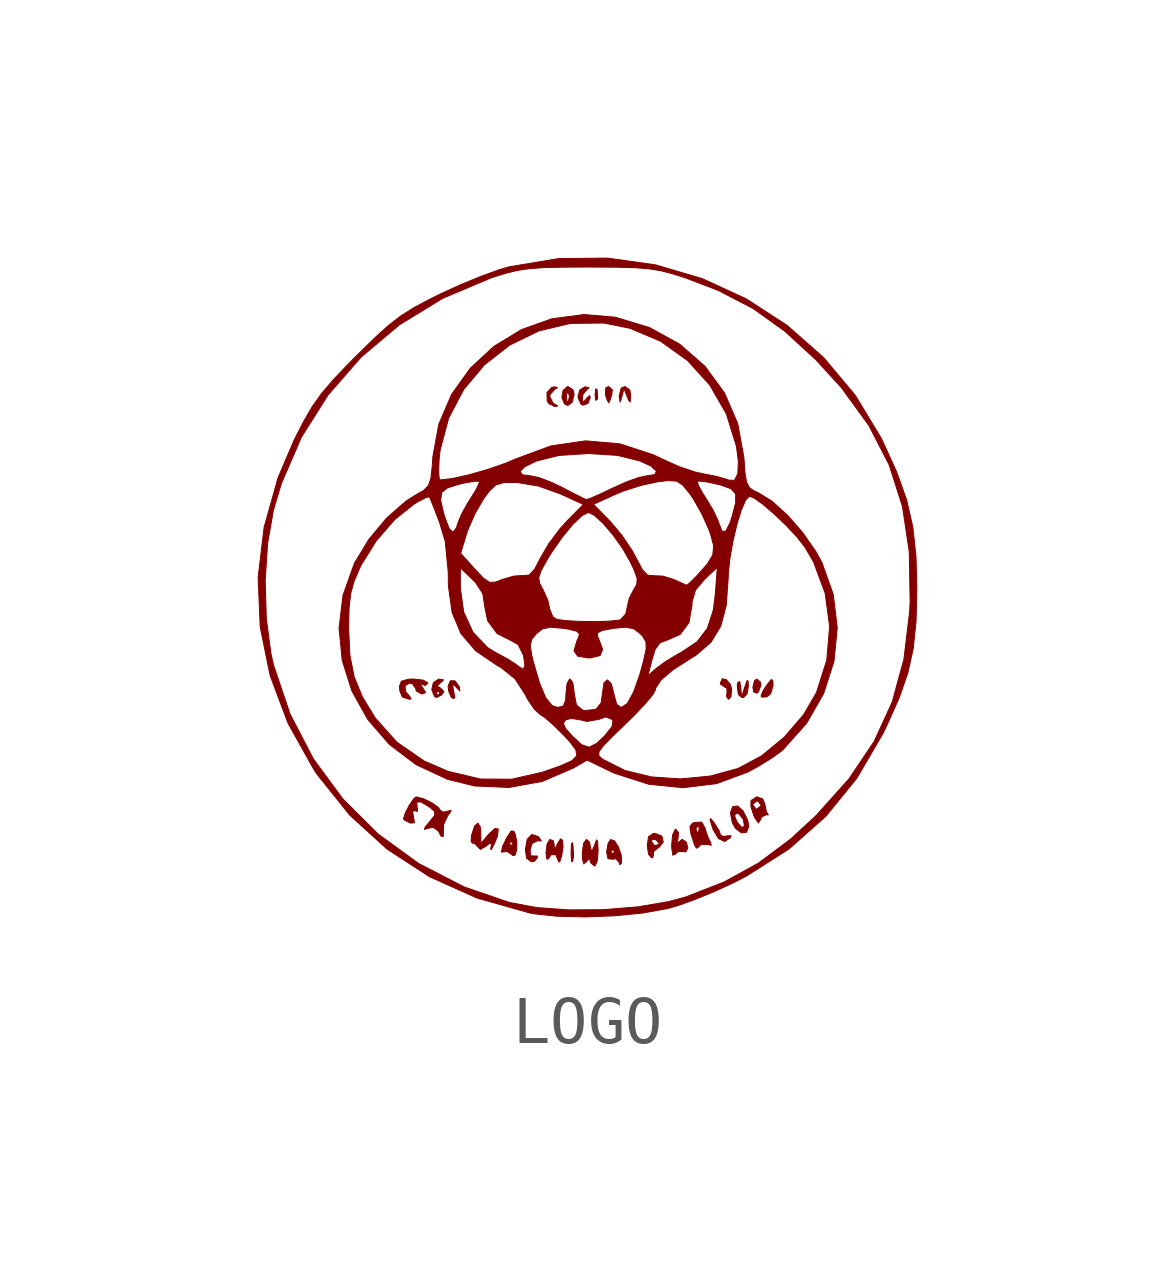
<source format=kicad_sym>
(kicad_symbol_lib
  (version 20220914)
  (generator "bitmap2component")
  (generator_version "8.0")
  (symbol "LOGO"
    (pin_names
      (offset 1.016))
    (property "Reference" "#G"
      (at 0 8.848 0)
      (effects (font (size 1.27 1.27)) hide))
    (symbol "LOGO_0_0"
      (polyline (pts (xy 0.589 -6.882) (xy 1.181 -6.823) (xy 1.693 -6.731) (xy 1.876 -6.68) (xy 2.252 -6.546) (xy 2.678 -6.372) (xy 3.09 -6.181) (xy 3.336 -6.054) (xy 4.226 -5.487) (xy 4.99 -4.81) (xy 5.637 -4.015) (xy 6.178 -3.09) (xy 6.257 -2.928) (xy 6.52 -2.34) (xy 6.701 -1.819) (xy 6.814 -1.307) (xy 6.872 -0.748) (xy 6.889 -0.085) (xy 6.871 0.604) (xy 6.805 1.217) (xy 6.676 1.783) (xy 6.47 2.362) (xy 6.174 3.013) (xy 6.144 3.074) (xy 5.606 3.964) (xy 4.948 4.749) (xy 4.186 5.421) (xy 3.337 5.973) (xy 2.419 6.396) (xy 1.448 6.683) (xy 0.441 6.825) (xy -0.583 6.814) (xy -1.609 6.643) (xy -1.818 6.581) (xy -2.199 6.443) (xy -2.628 6.266) (xy -3.048 6.074) (xy -3.25 5.974) (xy -3.586 5.796) (xy -3.865 5.62) (xy -4.13 5.415) (xy -4.423 5.148) (xy -4.789 4.789) (xy -4.954 4.623) (xy -5.273 4.289) (xy -5.513 4.008) (xy -5.707 3.736) (xy -5.886 3.428) (xy -6.084 3.043) (xy -6.424 2.247) (xy -6.715 1.211) (xy -6.839 0.172) (xy -6.836 0.104) (xy -6.692 0.104) (xy -6.642 0.88) (xy -6.52 1.574) (xy -6.356 2.126) (xy -5.938 3.093) (xy -5.381 3.974) (xy -4.697 4.758) (xy -3.897 5.433) (xy -2.991 5.988) (xy -1.99 6.41) (xy -1.928 6.431) (xy -1.667 6.512) (xy -1.43 6.569) (xy -1.18 6.606) (xy -0.877 6.627) (xy -0.482 6.636) (xy 0.042 6.639) (xy 0.165 6.638) (xy 0.659 6.635) (xy 1.031 6.624) (xy 1.32 6.6) (xy 1.564 6.559) (xy 1.802 6.497) (xy 2.074 6.41) (xy 2.754 6.149) (xy 3.473 5.776) (xy 4.131 5.306) (xy 4.784 4.708) (xy 5.317 4.124) (xy 5.89 3.335) (xy 6.311 2.518) (xy 6.589 1.649) (xy 6.731 0.705) (xy 6.749 -0.339) (xy 6.739 -0.54) (xy 6.62 -1.531) (xy 6.376 -2.426) (xy 5.998 -3.25) (xy 5.473 -4.03) (xy 4.79 -4.792) (xy 4.255 -5.286) (xy 3.584 -5.786) (xy 2.873 -6.177) (xy 2.074 -6.489) (xy 1.718 -6.586) (xy 1.071 -6.696) (xy 0.359 -6.754) (xy -0.362 -6.759) (xy -1.036 -6.71) (xy -1.607 -6.603) (xy -2.545 -6.281) (xy -3.49 -5.795) (xy -4.336 -5.181) (xy -5.072 -4.449) (xy -5.689 -3.612) (xy -6.174 -2.678) (xy -6.518 -1.659) (xy -6.573 -1.414) (xy -6.669 -0.683) (xy -6.692 0.104) (xy -6.836 0.104) (xy -6.796 -0.86) (xy -6.588 -1.878) (xy -6.214 -2.873) (xy -5.676 -3.835) (xy -5.603 -3.943) (xy -4.93 -4.783) (xy -4.152 -5.492) (xy -3.268 -6.067) (xy -2.279 -6.511) (xy -1.185 -6.821) (xy -1.093 -6.839) (xy -0.606 -6.891) (xy -0.026 -6.905) (xy 0.589 -6.882)) (stroke (width 0.01) (type default)) (fill (type outline)))
      (polyline (pts (xy -0.513 -5.63) (xy -0.485 -5.449) (xy -0.494 -5.311) (xy -0.537 -5.278) (xy -0.601 -5.382) (xy -0.625 -5.44) (xy -0.66 -5.494) (xy -0.671 -5.393) (xy -0.69 -5.315) (xy -0.762 -5.292) (xy -0.817 -5.385) (xy -0.84 -5.572) (xy -0.84 -5.572) (xy -0.823 -5.702) (xy -0.791 -5.694) (xy -0.735 -5.612) (xy -0.638 -5.606) (xy -0.583 -5.736) (xy -0.581 -5.752) (xy -0.555 -5.761) (xy -0.513 -5.63)) (stroke (width 0.01) (type default)) (fill (type outline)))
      (polyline (pts (xy -0.281 -5.737) (xy -0.265 -5.619) (xy -0.279 -5.399) (xy -0.29 -5.357) (xy -0.309 -5.382) (xy -0.317 -5.546) (xy -0.316 -5.635) (xy -0.303 -5.757) (xy -0.281 -5.737)) (stroke (width 0.01) (type default)) (fill (type outline)))
      (polyline (pts (xy 0.185 -5.837) (xy 0.231 -5.729) (xy 0.246 -5.524) (xy 0.245 -5.497) (xy 0.235 -5.322) (xy 0.213 -5.301) (xy 0.169 -5.419) (xy 0.167 -5.426) (xy 0.117 -5.536) (xy 0.093 -5.487) (xy 0.067 -5.346) (xy 0.006 -5.29) (xy -0.056 -5.367) (xy -0.083 -5.562) (xy -0.079 -5.697) (xy -0.054 -5.799) (xy 0 -5.757) (xy 0.054 -5.692) (xy 0.083 -5.736) (xy 0.09 -5.775) (xy 0.169 -5.842) (xy 0.185 -5.837)) (stroke (width 0.01) (type default)) (fill (type outline)))
      (polyline (pts (xy 0.729 -5.791) (xy 0.734 -5.776) (xy 0.73 -5.627) (xy 0.672 -5.454) (xy 0.589 -5.321) (xy 0.508 -5.292) (xy 0.455 -5.37) (xy 0.424 -5.546) (xy 0.508 -5.546) (xy 0.55 -5.503) (xy 0.593 -5.546) (xy 0.55 -5.588) (xy 0.508 -5.546) (xy 0.424 -5.546) (xy 0.423 -5.548) (xy 0.452 -5.692) (xy 0.55 -5.703) (xy 0.618 -5.693) (xy 0.684 -5.769) (xy 0.693 -5.817) (xy 0.729 -5.791)) (stroke (width 0.01) (type default)) (fill (type outline)))
      (polyline (pts (xy -1.085 -5.747) (xy -1.016 -5.668) (xy -1.025 -5.635) (xy -1.108 -5.635) (xy -1.165 -5.631) (xy -1.169 -5.492) (xy -1.125 -5.368) (xy -1.014 -5.319) (xy -0.938 -5.321) (xy -0.987 -5.246) (xy -1.005 -5.229) (xy -1.135 -5.187) (xy -1.232 -5.288) (xy -1.27 -5.508) (xy -1.244 -5.682) (xy -1.143 -5.757) (xy -1.085 -5.747)) (stroke (width 0.01) (type default)) (fill (type outline)))
      (polyline (pts (xy -1.484 -5.618) (xy -1.451 -5.506) (xy -1.447 -5.342) (xy -1.481 -5.18) (xy -1.51 -5.119) (xy -1.565 -5.114) (xy -1.654 -5.249) (xy -1.716 -5.376) (xy -1.609 -5.376) (xy -1.566 -5.334) (xy -1.524 -5.376) (xy -1.566 -5.419) (xy -1.609 -5.376) (xy -1.716 -5.376) (xy -1.745 -5.436) (xy -1.769 -5.554) (xy -1.699 -5.549) (xy -1.655 -5.539) (xy -1.551 -5.608) (xy -1.537 -5.625) (xy -1.484 -5.618)) (stroke (width 0.01) (type default)) (fill (type outline)))
      (polyline (pts (xy 1.387 -5.668) (xy 1.403 -5.597) (xy 1.396 -5.552) (xy 1.482 -5.473) (xy 1.514 -5.458) (xy 1.603 -5.344) (xy 1.575 -5.222) (xy 1.439 -5.165) (xy 1.396 -5.167) (xy 1.297 -5.233) (xy 1.283 -5.329) (xy 1.355 -5.329) (xy 1.361 -5.298) (xy 1.439 -5.292) (xy 1.465 -5.309) (xy 1.524 -5.381) (xy 1.522 -5.39) (xy 1.439 -5.419) (xy 1.416 -5.415) (xy 1.355 -5.329) (xy 1.283 -5.329) (xy 1.27 -5.419) (xy 1.27 -5.422) (xy 1.297 -5.599) (xy 1.36 -5.673) (xy 1.387 -5.668)) (stroke (width 0.01) (type default)) (fill (type outline)))
      (polyline (pts (xy 1.855 -5.598) (xy 1.904 -5.548) (xy 2.023 -5.54) (xy 2.071 -5.552) (xy 2.117 -5.471) (xy 2.084 -5.346) (xy 1.998 -5.288) (xy 1.913 -5.355) (xy 1.893 -5.377) (xy 1.911 -5.271) (xy 1.922 -5.149) (xy 1.868 -5.08) (xy 1.852 -5.085) (xy 1.8 -5.193) (xy 1.779 -5.397) (xy 1.781 -5.475) (xy 1.804 -5.619) (xy 1.855 -5.598)) (stroke (width 0.01) (type default)) (fill (type outline)))
      (polyline (pts (xy -1.914 -5.376) (xy -1.851 -5.217) (xy -1.834 -5.076) (xy -1.899 -5.059) (xy -2.035 -5.184) (xy -2.196 -5.376) (xy -2.199 -5.138) (xy -2.208 -5.035) (xy -2.258 -4.951) (xy -2.328 -5.01) (xy -2.391 -5.203) (xy -2.401 -5.335) (xy -2.366 -5.373) (xy -2.335 -5.366) (xy -2.265 -5.439) (xy -2.264 -5.442) (xy -2.206 -5.499) (xy -2.086 -5.428) (xy -2.035 -5.387) (xy -1.97 -5.362) (xy -1.989 -5.47) (xy -1.995 -5.495) (xy -1.981 -5.502) (xy -1.914 -5.376)) (stroke (width 0.01) (type default)) (fill (type outline)))
      (polyline (pts (xy 2.344 -5.445) (xy 2.384 -5.399) (xy 2.517 -5.396) (xy 2.605 -5.411) (xy 2.578 -5.327) (xy 2.544 -5.266) (xy 2.485 -5.093) (xy 2.479 -5.061) (xy 2.404 -4.928) (xy 2.249 -4.939) (xy 2.209 -4.957) (xy 2.16 -5.022) (xy 2.167 -5.08) (xy 2.286 -5.08) (xy 2.292 -5.035) (xy 2.342 -5.024) (xy 2.353 -5.036) (xy 2.342 -5.136) (xy 2.317 -5.15) (xy 2.286 -5.08) (xy 2.167 -5.08) (xy 2.175 -5.154) (xy 2.253 -5.397) (xy 2.294 -5.473) (xy 2.344 -5.445)) (stroke (width 0.01) (type default)) (fill (type outline)))
      (polyline (pts (xy 3.005 -5.25) (xy 3.013 -5.211) (xy 2.925 -5.217) (xy 2.857 -5.232) (xy 2.794 -5.19) (xy 2.766 -5.105) (xy 2.668 -4.948) (xy 2.666 -4.945) (xy 2.589 -4.854) (xy 2.58 -4.886) (xy 2.634 -5.059) (xy 2.643 -5.083) (xy 2.755 -5.273) (xy 2.887 -5.335) (xy 3.005 -5.25)) (stroke (width 0.01) (type default)) (fill (type outline)))
      (polyline (pts (xy -2.979 -5.093) (xy -2.973 -4.979) (xy -2.888 -4.795) (xy -2.85 -4.748) (xy -2.817 -4.683) (xy -2.909 -4.706) (xy -2.985 -4.722) (xy -3.048 -4.679) (xy -3.08 -4.627) (xy -3.217 -4.528) (xy -3.396 -4.441) (xy -3.546 -4.403) (xy -3.594 -4.44) (xy -3.687 -4.575) (xy -3.772 -4.74) (xy -3.81 -4.863) (xy -3.792 -4.885) (xy -3.677 -4.943) (xy -3.66 -4.95) (xy -3.582 -4.943) (xy -3.602 -4.815) (xy -3.623 -4.701) (xy -3.566 -4.693) (xy -3.518 -4.706) (xy -3.524 -4.619) (xy -3.535 -4.514) (xy -3.447 -4.506) (xy -3.267 -4.616) (xy -3.163 -4.704) (xy -3.158 -4.787) (xy -3.267 -4.924) (xy -3.357 -5.03) (xy -3.373 -5.08) (xy -3.278 -5.053) (xy -3.184 -5.039) (xy -3.078 -5.124) (xy -3.031 -5.217) (xy -2.979 -5.232) (xy -2.979 -5.093)) (stroke (width 0.01) (type default)) (fill (type outline)))
      (polyline (pts (xy 3.339 -5.141) (xy 3.387 -5.011) (xy 3.362 -4.887) (xy 3.265 -4.694) (xy 3.154 -4.594) (xy 3.051 -4.607) (xy 3.004 -4.732) (xy 3.015 -4.793) (xy 3.087 -4.793) (xy 3.132 -4.741) (xy 3.182 -4.758) (xy 3.273 -4.872) (xy 3.296 -5.018) (xy 3.236 -5.039) (xy 3.137 -4.918) (xy 3.087 -4.793) (xy 3.015 -4.793) (xy 3.043 -4.939) (xy 3.107 -5.057) (xy 3.23 -5.153) (xy 3.339 -5.141)) (stroke (width 0.01) (type default)) (fill (type outline)))
      (polyline (pts (xy 3.625 -4.889) (xy 3.653 -4.822) (xy 3.752 -4.774) (xy 3.788 -4.781) (xy 3.789 -4.763) (xy 3.754 -4.717) (xy 3.725 -4.565) (xy 3.678 -4.446) (xy 3.553 -4.402) (xy 3.433 -4.481) (xy 3.431 -4.572) (xy 3.471 -4.572) (xy 3.474 -4.552) (xy 3.556 -4.487) (xy 3.576 -4.49) (xy 3.641 -4.572) (xy 3.638 -4.592) (xy 3.556 -4.657) (xy 3.536 -4.654) (xy 3.471 -4.572) (xy 3.431 -4.572) (xy 3.43 -4.604) (xy 3.491 -4.793) (xy 3.518 -4.849) (xy 3.587 -4.946) (xy 3.625 -4.889)) (stroke (width 0.01) (type default)) (fill (type outline)))
      (polyline (pts (xy 2.711 -4.128) (xy 3.365 -3.887) (xy 3.596 -3.761) (xy 3.878 -3.586) (xy 4.078 -3.439) (xy 4.099 -3.419) (xy 4.591 -2.87) (xy 4.947 -2.248) (xy 5.162 -1.576) (xy 5.23 -0.88) (xy 5.147 -0.185) (xy 4.908 0.485) (xy 4.785 0.707) (xy 4.51 1.103) (xy 4.192 1.467) (xy 3.869 1.759) (xy 3.577 1.938) (xy 3.506 1.969) (xy 3.402 2.038) (xy 3.342 2.149) (xy 3.308 2.344) (xy 3.284 2.666) (xy 3.283 2.677) (xy 3.155 3.377) (xy 2.88 4.014) (xy 2.473 4.57) (xy 1.947 5.03) (xy 1.32 5.376) (xy 0.604 5.593) (xy -0.045 5.649) (xy -0.72 5.56) (xy -1.354 5.333) (xy -1.927 4.984) (xy -2.418 4.529) (xy -2.808 3.983) (xy -3.074 3.361) (xy -3.198 2.681) (xy -3.212 2.469) (xy -3.221 2.398) (xy -3.078 2.398) (xy -3.066 2.646) (xy -3.046 2.825) (xy -2.869 3.49) (xy -2.555 4.087) (xy -2.124 4.6) (xy -1.596 5.012) (xy -0.992 5.306) (xy -0.333 5.464) (xy 0.363 5.472) (xy 0.911 5.362) (xy 1.548 5.092) (xy 2.109 4.691) (xy 2.573 4.18) (xy 2.92 3.576) (xy 3.129 2.901) (xy 3.169 2.594) (xy 3.158 2.332) (xy 3.088 2.193) (xy 2.963 2.198) (xy 2.918 2.217) (xy 2.716 2.275) (xy 2.455 2.325) (xy 2.271 2.366) (xy 1.934 2.479) (xy 1.608 2.625) (xy 1.404 2.723) (xy 0.699 2.954) (xy -0.015 3.016) (xy -0.74 2.91) (xy -1.482 2.635) (xy -1.682 2.55) (xy -2.047 2.422) (xy -2.199 2.379) (xy -1.381 2.379) (xy -1.28 2.479) (xy -1.038 2.596) (xy -0.571 2.712) (xy 0.042 2.752) (xy 0.647 2.714) (xy 1.122 2.596) (xy 1.347 2.49) (xy 1.462 2.387) (xy 1.43 2.314) (xy 1.244 2.284) (xy 1.095 2.253) (xy 0.841 2.162) (xy 0.55 2.032) (xy 0.291 1.908) (xy 0.092 1.821) (xy 0 1.792) (xy -0.07 1.823) (xy -0.254 1.915) (xy -0.502 2.044) (xy -0.718 2.148) (xy -0.977 2.248) (xy -1.153 2.286) (xy -1.333 2.309) (xy -1.381 2.379) (xy -2.199 2.379) (xy -2.436 2.311) (xy -2.79 2.231) (xy -3.048 2.201) (xy -3.067 2.237) (xy -3.078 2.398) (xy -3.221 2.398) (xy -3.24 2.228) (xy -3.291 2.083) (xy -3.384 1.988) (xy -3.54 1.897) (xy -3.755 1.762) (xy -4.16 1.408) (xy -4.532 0.962) (xy -4.828 0.474) (xy -4.833 0.463) (xy -5.071 -0.204) (xy -5.152 -0.884) (xy -5.152 -0.889) (xy -4.953 -0.889) (xy -4.953 -0.872) (xy -4.944 -0.47) (xy -4.912 -0.174) (xy -4.844 0.078) (xy -4.73 0.349) (xy -4.689 0.433) (xy -4.377 0.934) (xy -3.994 1.375) (xy -3.586 1.701) (xy -3.517 1.742) (xy -3.349 1.831) (xy -3.27 1.851) (xy -3.237 1.776) (xy -3.035 1.776) (xy -3.015 1.939) (xy -2.895 2.036) (xy -2.657 2.11) (xy -2.528 2.14) (xy -2.325 2.175) (xy -2.229 2.173) (xy -2.229 2.146) (xy -2.289 2.013) (xy -2.411 1.815) (xy -2.464 1.733) (xy -2.6 1.489) (xy -2.678 1.297) (xy -2.706 1.206) (xy -2.777 1.112) (xy -2.858 1.186) (xy -2.95 1.428) (xy -2.973 1.506) (xy -3.035 1.776) (xy -3.237 1.776) (xy -3.236 1.774) (xy -3.159 1.579) (xy -3.057 1.312) (xy -2.939 0.918) (xy -2.915 0.671) (xy -2.619 0.671) (xy -2.497 1.074) (xy -2.465 1.169) (xy -2.313 1.513) (xy -2.134 1.818) (xy -2.024 1.967) (xy -1.889 2.096) (xy -1.725 2.145) (xy -1.463 2.148) (xy -1.433 2.147) (xy -1 2.075) (xy -0.547 1.914) (xy -0.065 1.694) (xy 0.15 1.694) (xy 0.604 1.9) (xy 0.783 1.974) (xy 1.155 2.092) (xy 1.491 2.164) (xy 1.713 2.188) (xy 1.885 2.176) (xy 1.89 2.173) (xy 2.314 2.173) (xy 2.347 2.179) (xy 2.505 2.161) (xy 2.741 2.11) (xy 2.805 2.094) (xy 3.016 2.018) (xy 3.112 1.91) (xy 3.113 1.727) (xy 3.035 1.428) (xy 2.994 1.304) (xy 2.907 1.134) (xy 2.83 1.132) (xy 2.763 1.297) (xy 2.745 1.353) (xy 2.642 1.573) (xy 2.496 1.815) (xy 2.431 1.915) (xy 2.335 2.088) (xy 2.314 2.173) (xy 1.89 2.173) (xy 2.01 2.095) (xy 2.154 1.919) (xy 2.233 1.804) (xy 2.406 1.498) (xy 2.55 1.181) (xy 2.593 1.063) (xy 2.655 0.825) (xy 2.635 0.637) (xy 2.518 0.444) (xy 2.292 0.191) (xy 2.285 0.184) (xy 2.156 0.056) (xy 2.092 0.007) (xy 2.09 0.008) (xy 1.998 0.048) (xy 1.82 0.128) (xy 1.592 0.198) (xy 1.397 0.206) (xy 1.28 0.217) (xy 1.17 0.329) (xy 1.04 0.572) (xy 0.954 0.732) (xy 0.739 1.051) (xy 0.501 1.334) (xy 0.15 1.694) (xy -0.065 1.694) (xy -0.06 1.692) (xy -0.414 1.333) (xy -0.548 1.185) (xy -0.783 0.871) (xy -0.956 0.573) (xy -1.076 0.343) (xy -1.188 0.221) (xy -1.304 0.207) (xy -1.316 0.21) (xy -1.51 0.198) (xy -1.626 0.164) (xy -0.992 0.164) (xy -0.942 0.312) (xy -0.812 0.545) (xy -0.721 0.694) (xy -0.501 1.009) (xy -0.282 1.274) (xy -0.092 1.456) (xy 0.041 1.524) (xy 0.163 1.468) (xy 0.348 1.299) (xy 0.557 1.055) (xy 0.759 0.771) (xy 0.922 0.485) (xy 0.997 0.326) (xy 1.06 0.147) (xy 1.052 0.025) (xy 0.98 -0.101) (xy 0.895 -0.266) (xy 0.847 -0.475) (xy 0.821 -0.594) (xy 0.713 -0.711) (xy 0.677 -0.721) (xy 0.476 -0.742) (xy 0.186 -0.751) (xy -0.132 -0.747) (xy -0.419 -0.731) (xy -0.614 -0.704) (xy -0.698 -0.651) (xy -0.762 -0.494) (xy -0.802 -0.306) (xy -0.902 -0.085) (xy -0.97 0.041) (xy -0.992 0.164) (xy -1.626 0.164) (xy -1.745 0.129) (xy -1.897 0.071) (xy -2.019 0.069) (xy -2.142 0.152) (xy -2.321 0.342) (xy -2.619 0.671) (xy -2.915 0.671) (xy -2.877 0.279) (xy -2.874 -0.009) (xy -2.868 -0.051) (xy -2.625 -0.051) (xy -2.625 0.37) (xy -2.371 0.127) (xy -2.307 0.063) (xy -2.158 -0.164) (xy -2.117 -0.436) (xy -2.057 -0.732) (xy -1.86 -0.998) (xy -1.552 -1.154) (xy -1.42 -1.23) (xy -1.41 -1.251) (xy -1.168 -1.251) (xy -1.138 -1.121) (xy -1.04 -1.002) (xy -0.91 -0.902) (xy -0.743 -0.867) (xy -0.479 -0.891) (xy -0.39 -0.905) (xy -0.203 -0.949) (xy -0.141 -1.008) (xy -0.171 -1.104) (xy -0.195 -1.151) (xy -0.256 -1.358) (xy -0.179 -1.472) (xy 0.042 -1.507) (xy 0.091 -1.506) (xy 0.287 -1.459) (xy 0.34 -1.33) (xy 0.256 -1.104) (xy 0.238 -1.069) (xy 0.233 -0.986) (xy 0.331 -0.935) (xy 0.564 -0.891) (xy 0.815 -0.867) (xy 0.986 -0.898) (xy 1.124 -1.002) (xy 1.174 -1.055) (xy 1.243 -1.171) (xy 1.247 -1.323) (xy 1.192 -1.573) (xy 1.12 -1.837) (xy 1.106 -1.879) (xy 1.284 -1.879) (xy 1.373 -1.528) (xy 1.436 -1.328) (xy 1.538 -1.191) (xy 1.708 -1.127) (xy 1.959 -1.015) (xy 2.139 -0.772) (xy 2.201 -0.42) (xy 2.205 -0.335) (xy 2.275 -0.095) (xy 2.466 0.132) (xy 2.731 0.381) (xy 2.688 -0.184) (xy 2.647 -0.512) (xy 2.523 -0.892) (xy 2.307 -1.173) (xy 1.976 -1.393) (xy 1.919 -1.423) (xy 1.664 -1.575) (xy 1.467 -1.718) (xy 1.284 -1.879) (xy 1.106 -1.879) (xy 0.986 -2.219) (xy 0.854 -2.458) (xy 0.729 -2.54) (xy 0.634 -2.476) (xy 0.577 -2.271) (xy 0.576 -2.263) (xy 0.522 -2.047) (xy 0.442 -1.965) (xy 0.37 -2.023) (xy 0.339 -2.228) (xy 0.309 -2.445) (xy 0.205 -2.573) (xy 0.177 -2.583) (xy -0.059 -2.608) (xy -0.205 -2.492) (xy -0.254 -2.237) (xy -0.255 -2.204) (xy -0.282 -2.022) (xy -0.339 -1.947) (xy -0.35 -1.95) (xy -0.402 -2.048) (xy -0.423 -2.244) (xy -0.429 -2.383) (xy -0.478 -2.509) (xy -0.597 -2.54) (xy -0.713 -2.501) (xy -0.846 -2.338) (xy -0.975 -2.033) (xy -1.108 -1.573) (xy -1.137 -1.453) (xy -1.168 -1.251) (xy -1.41 -1.251) (xy -1.309 -1.453) (xy -1.279 -1.663) (xy -1.314 -1.746) (xy -1.422 -1.677) (xy -1.466 -1.641) (xy -1.645 -1.527) (xy -1.882 -1.399) (xy -2.054 -1.295) (xy -2.361 -0.974) (xy -2.556 -0.55) (xy -2.625 -0.051) (xy -2.868 -0.051) (xy -2.797 -0.558) (xy -2.612 -1) (xy -2.308 -1.357) (xy -1.871 -1.655) (xy -1.776 -1.709) (xy -1.486 -1.942) (xy -1.284 -2.252) (xy -1.217 -2.377) (xy -1.08 -2.579) (xy -0.967 -2.681) (xy -0.867 -2.747) (xy -0.726 -2.869) (xy -0.482 -2.869) (xy -0.429 -2.797) (xy -0.314 -2.768) (xy -0.107 -2.801) (xy 0.013 -2.832) (xy 0.269 -2.786) (xy 0.401 -2.737) (xy 0.533 -2.786) (xy 0.556 -2.819) (xy 0.535 -2.942) (xy 0.382 -3.132) (xy 0.222 -3.285) (xy 0.06 -3.369) (xy -0.096 -3.317) (xy -0.3 -3.129) (xy -0.429 -2.983) (xy -0.482 -2.869) (xy -0.726 -2.869) (xy -0.682 -2.908) (xy -0.468 -3.12) (xy -0.345 -3.253) (xy -0.218 -3.421) (xy -0.199 -3.537) (xy 0.258 -3.537) (xy 0.265 -3.462) (xy 0.348 -3.347) (xy 0.523 -3.166) (xy 0.805 -2.894) (xy 0.995 -2.708) (xy 1.224 -2.466) (xy 1.381 -2.278) (xy 1.439 -2.175) (xy 1.445 -2.137) (xy 1.56 -1.964) (xy 1.805 -1.756) (xy 2.157 -1.53) (xy 2.289 -1.448) (xy 2.598 -1.181) (xy 2.802 -0.844) (xy 2.917 -0.409) (xy 2.957 0.153) (xy 2.96 0.252) (xy 2.995 0.581) (xy 3.059 0.938) (xy 3.141 1.284) (xy 3.232 1.579) (xy 3.322 1.785) (xy 3.4 1.863) (xy 3.491 1.828) (xy 3.681 1.694) (xy 3.919 1.49) (xy 4.169 1.25) (xy 4.395 1.007) (xy 4.561 0.794) (xy 4.734 0.497) (xy 4.978 -0.159) (xy 5.071 -0.852) (xy 5.012 -1.552) (xy 4.798 -2.227) (xy 4.529 -2.69) (xy 4.126 -3.159) (xy 3.654 -3.548) (xy 3.158 -3.813) (xy 2.583 -3.97) (xy 1.966 -4.029) (xy 1.359 -3.988) (xy 0.805 -3.853) (xy 0.351 -3.625) (xy 0.311 -3.596) (xy 0.258 -3.537) (xy -0.199 -3.537) (xy -0.197 -3.545) (xy -0.297 -3.648) (xy -0.531 -3.755) (xy -0.913 -3.889) (xy -1.553 -4.035) (xy -2.204 -4.032) (xy -2.883 -3.87) (xy -3.38 -3.656) (xy -3.95 -3.262) (xy -4.401 -2.755) (xy -4.668 -2.317) (xy -4.839 -1.9) (xy -4.928 -1.445) (xy -4.953 -0.889) (xy -5.152 -0.889) (xy -5.087 -1.557) (xy -4.884 -2.2) (xy -4.554 -2.791) (xy -4.105 -3.309) (xy -3.547 -3.732) (xy -2.889 -4.038) (xy -2.326 -4.176) (xy -1.611 -4.207) (xy -0.916 -4.081) (xy -0.267 -3.801) (xy 0.017 -3.636) (xy 0.453 -3.848) (xy 0.591 -3.912) (xy 1.301 -4.14) (xy 2.015 -4.212) (xy 2.711 -4.128)) (stroke (width 0.01) (type default)) (fill (type outline)))
      (polyline (pts (xy -3.651 -2.362) (xy -3.683 -2.306) (xy -3.767 -2.208) (xy -3.778 -2.087) (xy -3.683 -2.032) (xy -3.624 -2.045) (xy -3.556 -2.145) (xy -3.542 -2.197) (xy -3.43 -2.258) (xy -3.422 -2.258) (xy -3.35 -2.231) (xy -3.409 -2.129) (xy -3.418 -2.117) (xy -3.471 -2.037) (xy -3.408 -2.063) (xy -3.357 -2.083) (xy -3.302 -2.037) (xy -3.304 -2.025) (xy -3.402 -1.97) (xy -3.598 -1.947) (xy -3.709 -1.951) (xy -3.855 -1.994) (xy -3.895 -2.103) (xy -3.887 -2.19) (xy -3.838 -2.314) (xy -3.826 -2.325) (xy -3.69 -2.369) (xy -3.651 -2.362)) (stroke (width 0.01) (type default)) (fill (type outline)))
      (polyline (pts (xy -3.011 -2.277) (xy -2.969 -2.207) (xy -3.036 -2.138) (xy -3.109 -2.092) (xy -3.036 -2.023) (xy -2.975 -1.965) (xy -3.069 -1.949) (xy -3.079 -1.949) (xy -3.187 -2.023) (xy -3.221 -2.171) (xy -3.19 -2.244) (xy -3.133 -2.244) (xy -3.09 -2.201) (xy -3.048 -2.244) (xy -3.09 -2.286) (xy -3.133 -2.244) (xy -3.19 -2.244) (xy -3.159 -2.316) (xy -3.12 -2.332) (xy -3.011 -2.277)) (stroke (width 0.01) (type default)) (fill (type outline)))
      (polyline (pts (xy -2.741 -2.338) (xy -2.767 -2.18) (xy -2.779 -2.122) (xy -2.778 -2.048) (xy -2.71 -2.117) (xy -2.699 -2.131) (xy -2.636 -2.196) (xy -2.645 -2.122) (xy -2.651 -2.102) (xy -2.736 -1.986) (xy -2.832 -1.982) (xy -2.879 -2.095) (xy -2.87 -2.19) (xy -2.822 -2.314) (xy -2.773 -2.357) (xy -2.741 -2.338)) (stroke (width 0.01) (type default)) (fill (type outline)))
      (polyline (pts (xy 3.014 -2.318) (xy 3.029 -2.159) (xy 3.003 -2.063) (xy 2.921 -1.962) (xy 2.834 -1.942) (xy 2.794 -2.032) (xy 2.798 -2.057) (xy 2.888 -2.117) (xy 2.929 -2.135) (xy 2.933 -2.244) (xy 2.919 -2.309) (xy 2.965 -2.371) (xy 3.014 -2.318)) (stroke (width 0.01) (type default)) (fill (type outline)))
      (polyline (pts (xy 3.35 -2.26) (xy 3.378 -2.091) (xy 3.372 -1.993) (xy 3.352 -1.977) (xy 3.302 -2.117) (xy 3.237 -2.32) (xy 3.272 -2.338) (xy 3.35 -2.26)) (stroke (width 0.01) (type default)) (fill (type outline)))
      (polyline (pts (xy 3.219 -2.117) (xy 3.197 -2.001) (xy 3.16 -2.014) (xy 3.146 -2.073) (xy 3.166 -2.252) (xy 3.188 -2.294) (xy 3.233 -2.318) (xy 3.219 -2.117)) (stroke (width 0.01) (type default)) (fill (type outline)))
      (polyline (pts (xy 3.237 -2.32) (xy 3.233 -2.318) (xy 3.234 -2.328) (xy 3.237 -2.32)) (stroke (width 0.01) (type default)) (fill (type outline)))
      (polyline (pts (xy 3.768 -2.317) (xy 3.842 -2.253) (xy 3.892 -2.087) (xy 3.888 -1.986) (xy 3.858 -1.957) (xy 3.765 -2.069) (xy 3.687 -2.188) (xy 3.641 -2.3) (xy 3.658 -2.326) (xy 3.768 -2.317)) (stroke (width 0.01) (type default)) (fill (type outline)))
      (polyline (pts (xy 3.589 -2.213) (xy 3.641 -2.069) (xy 3.632 -2.016) (xy 3.556 -1.947) (xy 3.506 -1.981) (xy 3.471 -2.122) (xy 3.489 -2.218) (xy 3.556 -2.244) (xy 3.589 -2.213)) (stroke (width 0.01) (type default)) (fill (type outline)))
      (polyline (pts (xy -0.596 3.743) (xy -0.656 3.781) (xy -0.695 3.805) (xy -0.762 3.937) (xy -0.754 3.981) (xy -0.656 4.093) (xy -0.601 4.122) (xy -0.651 4.142) (xy -0.721 4.132) (xy -0.82 4.022) (xy -0.815 3.848) (xy -0.781 3.793) (xy -0.659 3.732) (xy -0.596 3.743)) (stroke (width 0.01) (type default)) (fill (type outline)))
      (polyline (pts (xy -0.294 3.82) (xy -0.254 3.984) (xy -0.277 4.079) (xy -0.381 4.149) (xy -0.392 4.148) (xy -0.483 4.069) (xy -0.505 3.944) (xy -0.417 3.944) (xy -0.403 4.027) (xy -0.365 3.995) (xy -0.352 3.946) (xy -0.372 3.833) (xy -0.401 3.834) (xy -0.417 3.944) (xy -0.505 3.944) (xy -0.509 3.92) (xy -0.454 3.784) (xy -0.385 3.753) (xy -0.294 3.82)) (stroke (width 0.01) (type default)) (fill (type outline)))
      (polyline (pts (xy 0.034 3.796) (xy 0.083 3.921) (xy 0.068 3.96) (xy 0 3.895) (xy -0.011 3.877) (xy -0.07 3.815) (xy -0.083 3.909) (xy -0.071 3.982) (xy 0.021 4.093) (xy 0.059 4.12) (xy -0.021 4.142) (xy -0.032 4.142) (xy -0.139 4.072) (xy -0.174 3.926) (xy -0.115 3.784) (xy -0.07 3.759) (xy 0.034 3.796)) (stroke (width 0.01) (type default)) (fill (type outline)))
      (polyline (pts (xy 0.225 3.873) (xy 0.237 3.912) (xy 0.225 4.085) (xy 0.196 4.099) (xy 0.183 3.979) (xy 0.195 3.863) (xy 0.225 3.873)) (stroke (width 0.01) (type default)) (fill (type outline)))
      (polyline (pts (xy 0.487 3.843) (xy 0.532 3.979) (xy 0.541 4.084) (xy 0.466 4.149) (xy 0.405 4.12) (xy 0.399 3.979) (xy 0.429 3.88) (xy 0.466 3.81) (xy 0.487 3.843)) (stroke (width 0.01) (type default)) (fill (type outline)))
      (polyline (pts (xy 0.925 3.958) (xy 0.906 4.077) (xy 0.804 4.149) (xy 0.727 4.114) (xy 0.687 3.958) (xy 0.692 3.878) (xy 0.707 3.827) (xy 0.741 3.937) (xy 0.785 4.106) (xy 0.852 3.937) (xy 0.885 3.858) (xy 0.916 3.827) (xy 0.925 3.958)) (stroke (width 0.01) (type default)) (fill (type outline))))))
</source>
